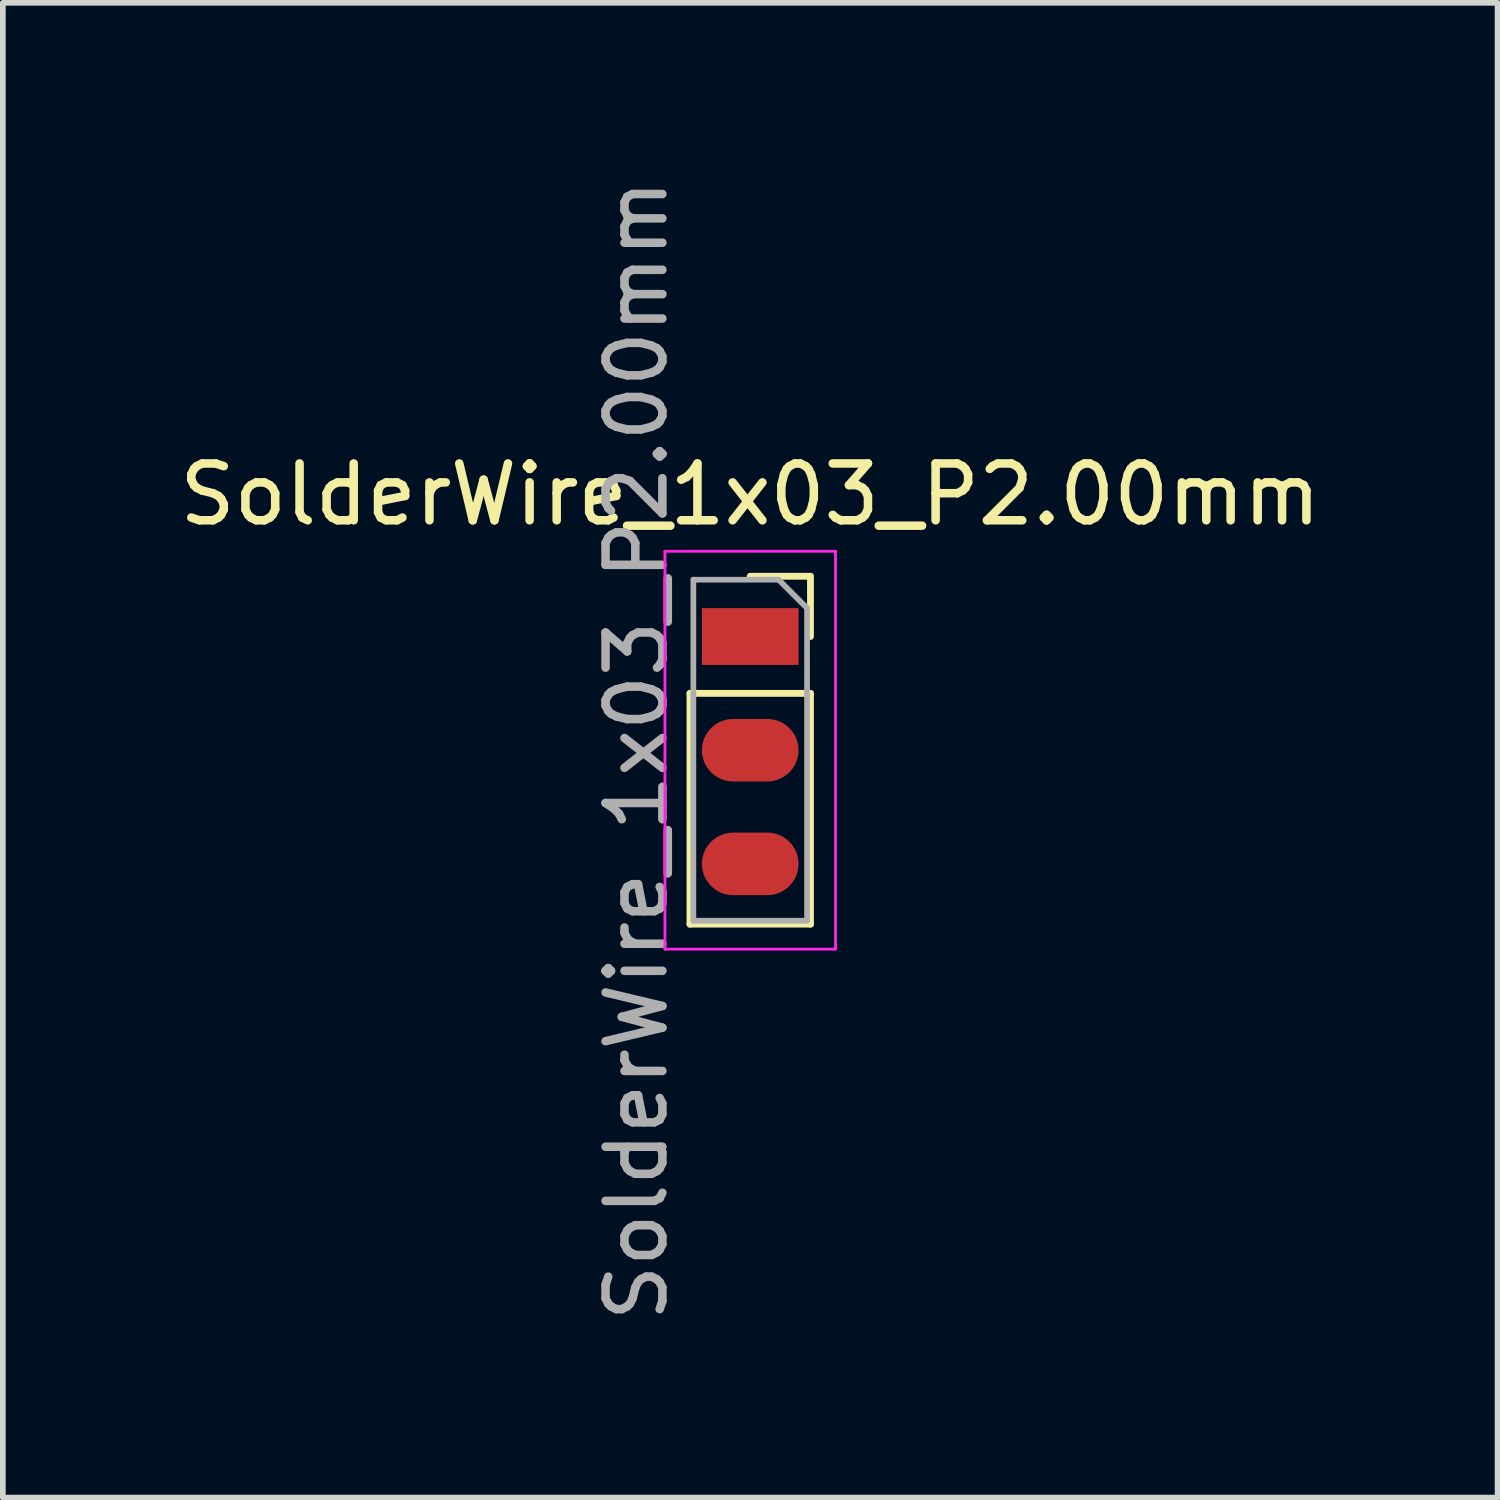
<source format=kicad_pcb>
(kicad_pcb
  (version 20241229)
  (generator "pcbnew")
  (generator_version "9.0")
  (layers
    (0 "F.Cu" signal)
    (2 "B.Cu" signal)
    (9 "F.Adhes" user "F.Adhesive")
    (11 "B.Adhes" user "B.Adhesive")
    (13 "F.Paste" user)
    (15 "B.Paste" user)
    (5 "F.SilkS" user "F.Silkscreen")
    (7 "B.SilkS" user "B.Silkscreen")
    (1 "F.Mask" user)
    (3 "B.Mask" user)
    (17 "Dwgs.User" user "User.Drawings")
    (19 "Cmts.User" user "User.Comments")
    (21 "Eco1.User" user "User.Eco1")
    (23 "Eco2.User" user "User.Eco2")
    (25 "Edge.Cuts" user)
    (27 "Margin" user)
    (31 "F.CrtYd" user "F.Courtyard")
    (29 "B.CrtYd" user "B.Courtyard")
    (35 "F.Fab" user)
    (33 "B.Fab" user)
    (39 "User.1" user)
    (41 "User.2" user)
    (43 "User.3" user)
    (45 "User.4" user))
  (footprint "SolderWire_1x03_P2.00mm"
    (layer "F.Cu")
    (at 10.149 8.149)
    (property "Reference" "SolderWire_1x03_P2.00mm" (at 0 -2.5 0) (layer "F.SilkS") (effects (font (size 1 1) (thickness 0.15))))
    (attr through_hole)
    (fp_line (start -1.06 1) (end -1.06 5.06) (stroke (width 0.12) (type solid)) (layer "F.SilkS"))
    (fp_line (start -1.06 1) (end 1.06 1) (stroke (width 0.12) (type solid)) (layer "F.SilkS"))
    (fp_line (start -1.06 5.06) (end 1.06 5.06) (stroke (width 0.12) (type solid)) (layer "F.SilkS"))
    (fp_line (start 0 -1.06) (end 1.06 -1.06) (stroke (width 0.12) (type solid)) (layer "F.SilkS"))
    (fp_line (start 1.06 -1.06) (end 1.06 0) (stroke (width 0.12) (type solid)) (layer "F.SilkS"))
    (fp_line (start 1.06 1) (end 1.06 5.06) (stroke (width 0.12) (type solid)) (layer "F.SilkS"))
    (fp_line (start -1.5 -1.5) (end 1.5 -1.5) (stroke (width 0.05) (type solid)) (layer "F.CrtYd"))
    (fp_line (start -1.5 5.5) (end -1.5 -1.5) (stroke (width 0.05) (type solid)) (layer "F.CrtYd"))
    (fp_line (start 1.5 -1.5) (end 1.5 5.5) (stroke (width 0.05) (type solid)) (layer "F.CrtYd"))
    (fp_line (start 1.5 5.5) (end -1.5 5.5) (stroke (width 0.05) (type solid)) (layer "F.CrtYd"))
    (fp_line (start -1 -1) (end 0.5 -1) (stroke (width 0.1) (type solid)) (layer "F.Fab"))
    (fp_line (start -1 5) (end -1 -1) (stroke (width 0.1) (type solid)) (layer "F.Fab"))
    (fp_line (start 0.5 -1) (end 1 -0.5) (stroke (width 0.1) (type solid)) (layer "F.Fab"))
    (fp_line (start 1 -0.5) (end 1 5) (stroke (width 0.1) (type solid)) (layer "F.Fab"))
    (fp_line (start 1 5) (end -1 5) (stroke (width 0.1) (type solid)) (layer "F.Fab"))
    (fp_text user "${REFERENCE}" (at -2 2 90) (layer "F.Fab") (effects (font (size 1 1) (thickness 0.15))))
    (pad "1" smd rect (at 0 0) (size 1.7 1) (layers "F.Cu" "F.Mask" "F.Paste"))
    (pad "2" smd oval (at 0 2) (size 1.7 1.1) (layers "F.Cu" "F.Mask" "F.Paste"))
    (pad "3" smd oval (at 0 4) (size 1.7 1.1) (layers "F.Cu" "F.Mask" "F.Paste")))
  (gr_rect
    (start -3 -3)
    (end 23.298 23.298)
    (stroke (width 0.1) (type default))
    (fill no)
    (layer "Edge.Cuts")))
</source>
